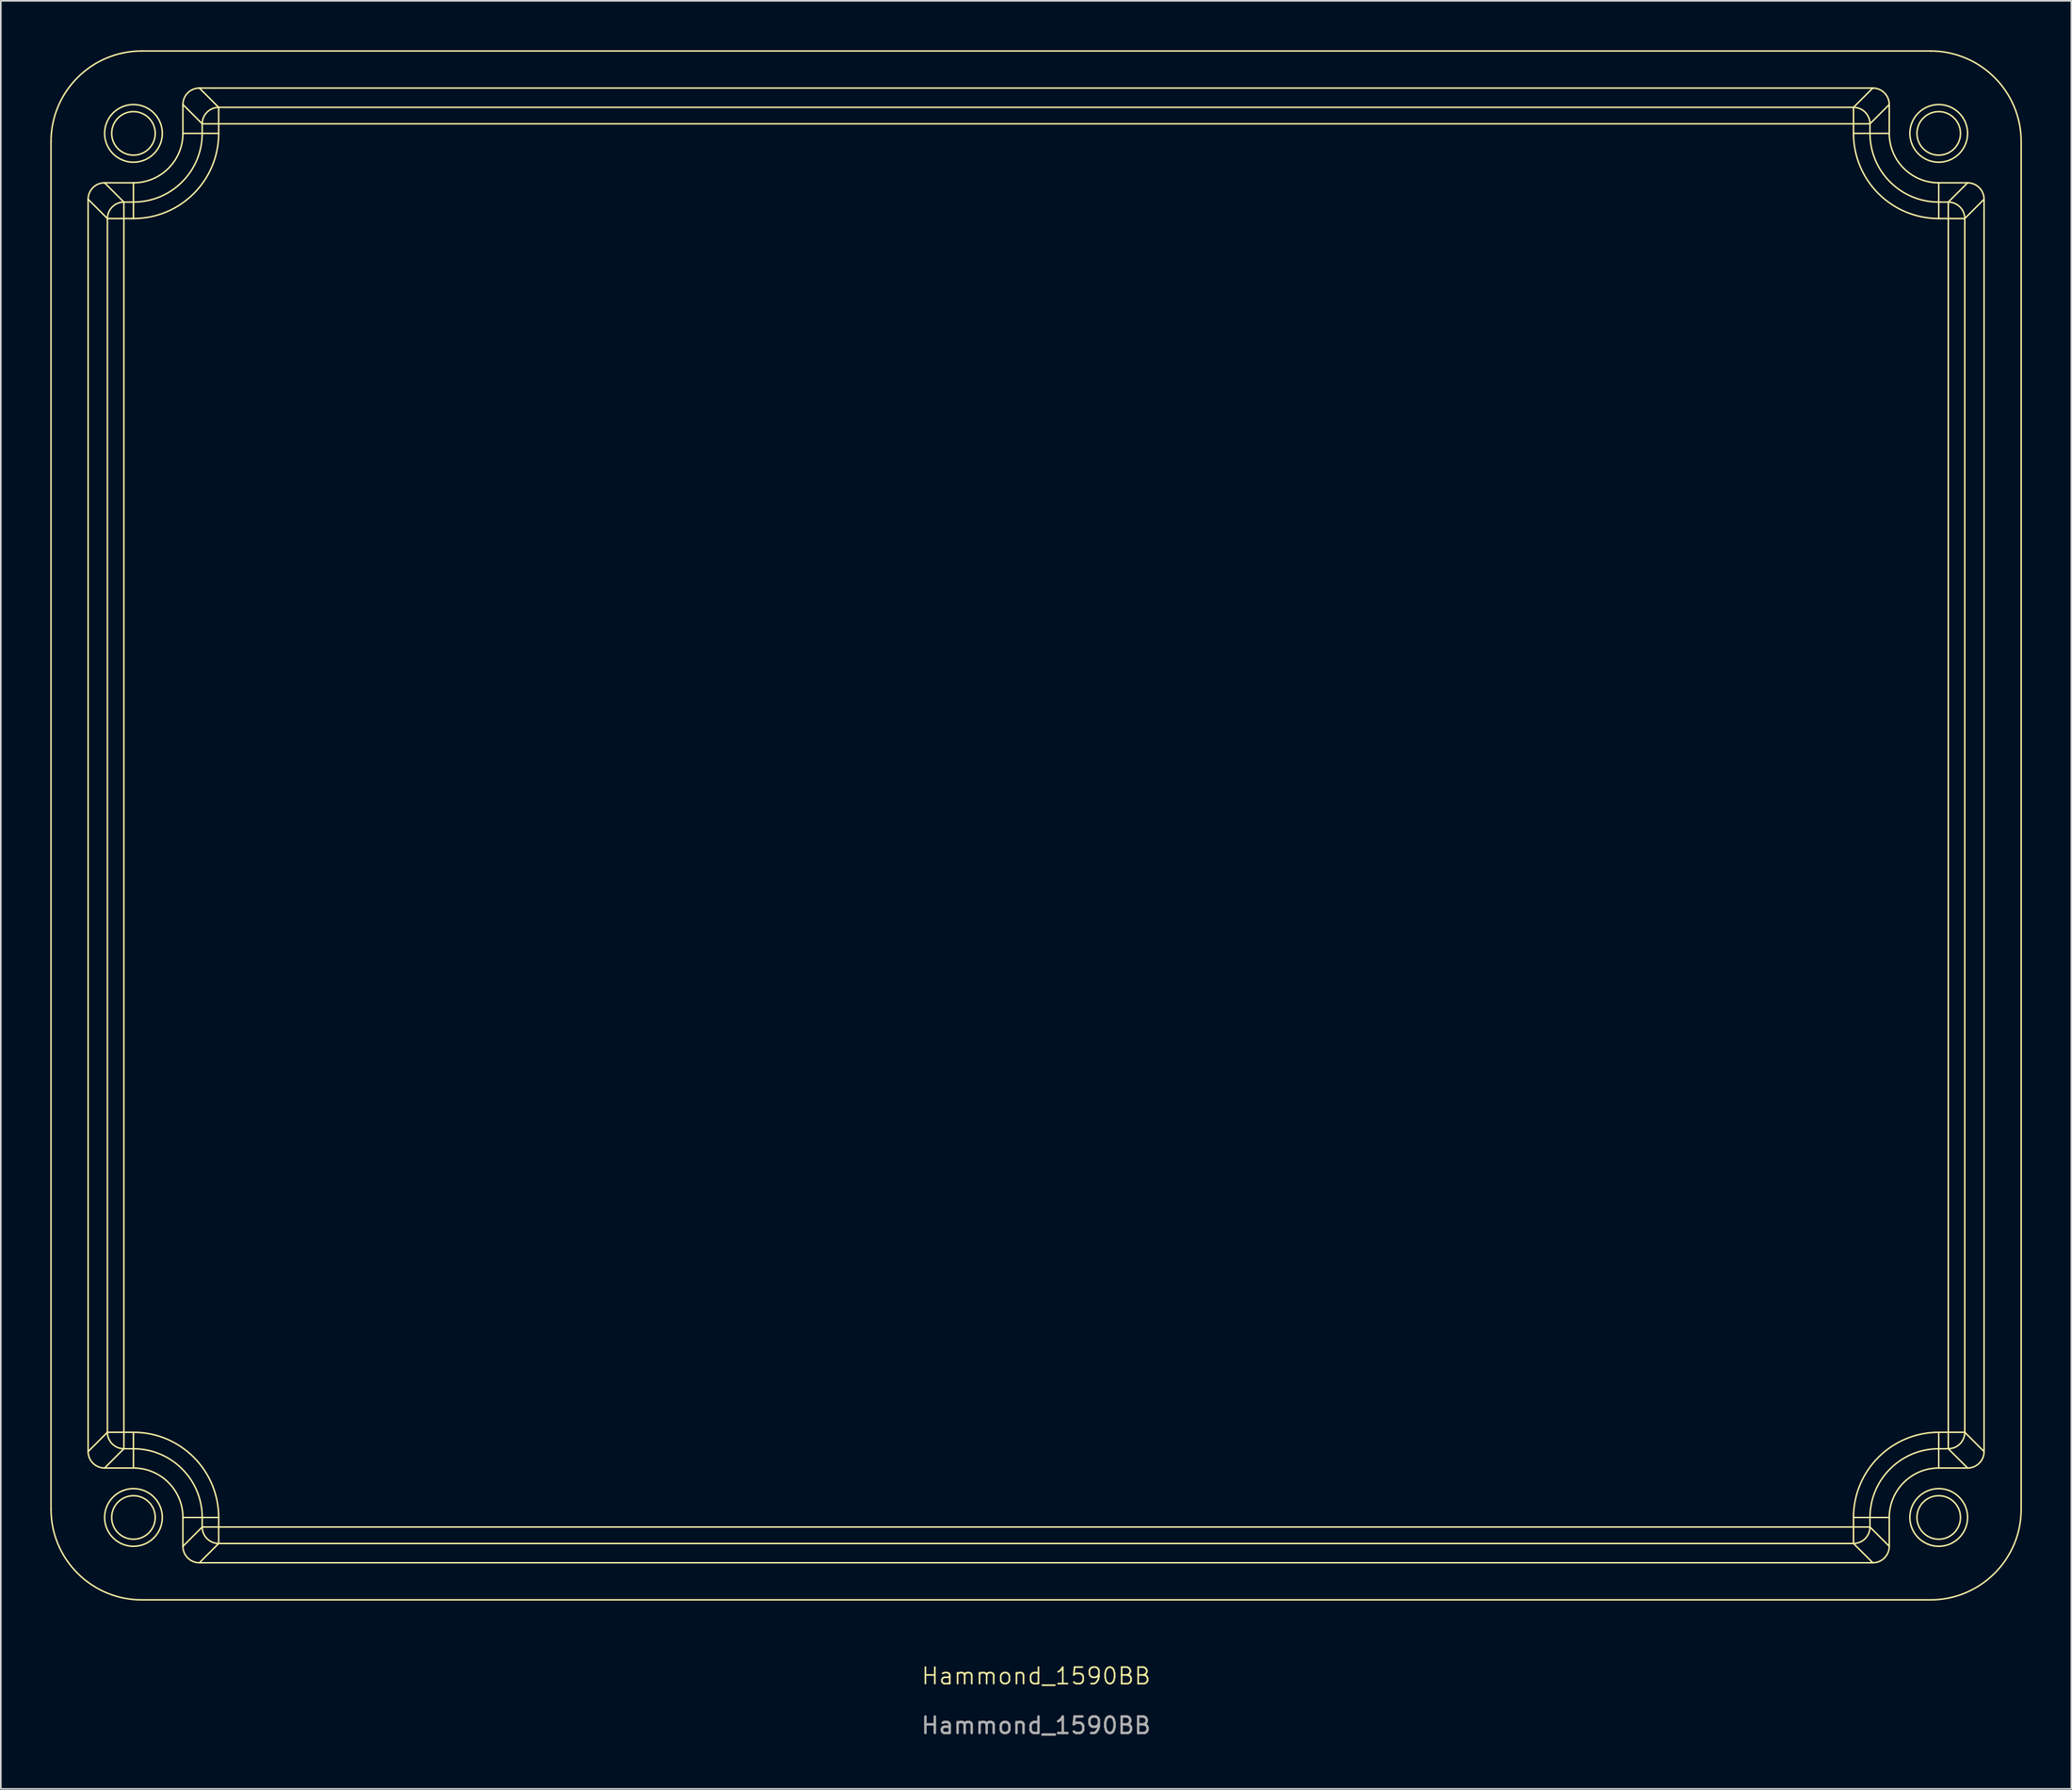
<source format=kicad_pcb>
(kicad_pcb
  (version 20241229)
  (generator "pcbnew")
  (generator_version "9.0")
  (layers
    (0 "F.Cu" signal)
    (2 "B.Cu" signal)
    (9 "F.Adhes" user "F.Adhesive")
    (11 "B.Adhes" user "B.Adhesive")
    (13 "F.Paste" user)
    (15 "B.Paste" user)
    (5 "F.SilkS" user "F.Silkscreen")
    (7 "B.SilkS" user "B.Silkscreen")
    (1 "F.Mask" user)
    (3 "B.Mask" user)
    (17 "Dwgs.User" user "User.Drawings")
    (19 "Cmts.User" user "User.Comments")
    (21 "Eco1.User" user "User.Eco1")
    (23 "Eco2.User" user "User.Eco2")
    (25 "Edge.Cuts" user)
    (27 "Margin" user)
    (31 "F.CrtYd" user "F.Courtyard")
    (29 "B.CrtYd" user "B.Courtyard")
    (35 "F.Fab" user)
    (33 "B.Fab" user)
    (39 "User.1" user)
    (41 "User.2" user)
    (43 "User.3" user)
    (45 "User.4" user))
  (footprint "Hammond_1590BB"
    (layer "F.Cu")
    (at 59.795 47.045)
    (property "Reference" "Hammond_1590BB" (at 0 51.625 0) (unlocked yes) (layer "F.SilkS") (effects (font (size 1 1) (thickness 0.1))))
    (fp_line (start -59.75 -41.5) (end -59.75 41.5) (stroke (width 0.09) (type solid)) (layer "F.SilkS"))
    (fp_line (start -57.5 -38.001) (end -56.33 -36.831) (stroke (width 0.09) (type solid)) (layer "F.SilkS"))
    (fp_line (start -57.5 38.001) (end -57.5 -38.001) (stroke (width 0.09) (type solid)) (layer "F.SilkS"))
    (fp_line (start -56.501 -39) (end -54.75 -39) (stroke (width 0.09) (type solid)) (layer "F.SilkS"))
    (fp_line (start -56.501 39) (end -55.331 37.83) (stroke (width 0.09) (type solid)) (layer "F.SilkS"))
    (fp_line (start -56.33 -36.831) (end -56.33 36.831) (stroke (width 0.09) (type solid)) (layer "F.SilkS"))
    (fp_line (start -56.33 -36.831) (end -55.331 -36.831) (stroke (width 0.09) (type solid)) (layer "F.SilkS"))
    (fp_line (start -56.33 36.831) (end -57.5 38.001) (stroke (width 0.09) (type solid)) (layer "F.SilkS"))
    (fp_line (start -55.331 -37.83) (end -56.501 -39) (stroke (width 0.09) (type solid)) (layer "F.SilkS"))
    (fp_line (start -55.331 -36.831) (end -55.331 -37.83) (stroke (width 0.09) (type solid)) (layer "F.SilkS"))
    (fp_line (start -55.331 -36.831) (end -54.75 -36.831) (stroke (width 0.09) (type solid)) (layer "F.SilkS"))
    (fp_line (start -55.331 36.831) (end -56.33 36.831) (stroke (width 0.09) (type solid)) (layer "F.SilkS"))
    (fp_line (start -55.331 36.831) (end -55.331 -36.831) (stroke (width 0.09) (type solid)) (layer "F.SilkS"))
    (fp_line (start -55.331 37.83) (end -55.331 36.831) (stroke (width 0.09) (type solid)) (layer "F.SilkS"))
    (fp_line (start -55.331 37.83) (end -54.75 37.83) (stroke (width 0.09) (type solid)) (layer "F.SilkS"))
    (fp_line (start -54.75 -39) (end -54.75 -37.83) (stroke (width 0.09) (type solid)) (layer "F.SilkS"))
    (fp_line (start -54.75 -37.83) (end -55.331 -37.83) (stroke (width 0.09) (type solid)) (layer "F.SilkS"))
    (fp_line (start -54.75 -36.831) (end -54.75 -37.83) (stroke (width 0.09) (type solid)) (layer "F.SilkS"))
    (fp_line (start -54.75 36.831) (end -55.331 36.831) (stroke (width 0.09) (type solid)) (layer "F.SilkS"))
    (fp_line (start -54.75 36.831) (end -54.75 37.83) (stroke (width 0.09) (type solid)) (layer "F.SilkS"))
    (fp_line (start -54.75 39) (end -56.501 39) (stroke (width 0.09) (type solid)) (layer "F.SilkS"))
    (fp_line (start -54.75 39) (end -54.75 37.83) (stroke (width 0.09) (type solid)) (layer "F.SilkS"))
    (fp_line (start -54.25 47) (end 54.25 47) (stroke (width 0.09) (type solid)) (layer "F.SilkS"))
    (fp_line (start -51.75 -43.751) (end -50.58 -42.581) (stroke (width 0.09) (type solid)) (layer "F.SilkS"))
    (fp_line (start -51.75 -42) (end -51.75 -43.751) (stroke (width 0.09) (type solid)) (layer "F.SilkS"))
    (fp_line (start -51.75 -42) (end -50.58 -42) (stroke (width 0.09) (type solid)) (layer "F.SilkS"))
    (fp_line (start -51.75 42) (end -50.58 42) (stroke (width 0.09) (type solid)) (layer "F.SilkS"))
    (fp_line (start -51.75 43.751) (end -51.75 42) (stroke (width 0.09) (type solid)) (layer "F.SilkS"))
    (fp_line (start -50.751 -44.75) (end 50.751 -44.75) (stroke (width 0.09) (type solid)) (layer "F.SilkS"))
    (fp_line (start -50.751 44.75) (end -49.581 43.58) (stroke (width 0.09) (type solid)) (layer "F.SilkS"))
    (fp_line (start -50.58 -42.581) (end -50.58 -42) (stroke (width 0.09) (type solid)) (layer "F.SilkS"))
    (fp_line (start -50.58 -42.581) (end -49.581 -42.581) (stroke (width 0.09) (type solid)) (layer "F.SilkS"))
    (fp_line (start -50.58 42) (end -50.58 42.581) (stroke (width 0.09) (type solid)) (layer "F.SilkS"))
    (fp_line (start -50.58 42.581) (end -51.75 43.751) (stroke (width 0.09) (type solid)) (layer "F.SilkS"))
    (fp_line (start -49.581 -43.58) (end -50.751 -44.75) (stroke (width 0.09) (type solid)) (layer "F.SilkS"))
    (fp_line (start -49.581 -42.581) (end -49.581 -43.58) (stroke (width 0.09) (type solid)) (layer "F.SilkS"))
    (fp_line (start -49.581 -42.581) (end 49.581 -42.581) (stroke (width 0.09) (type solid)) (layer "F.SilkS"))
    (fp_line (start -49.581 -42) (end -50.58 -42) (stroke (width 0.09) (type solid)) (layer "F.SilkS"))
    (fp_line (start -49.581 -42) (end -49.581 -42.581) (stroke (width 0.09) (type solid)) (layer "F.SilkS"))
    (fp_line (start -49.581 42) (end -50.58 42) (stroke (width 0.09) (type solid)) (layer "F.SilkS"))
    (fp_line (start -49.581 42.581) (end -50.58 42.581) (stroke (width 0.09) (type solid)) (layer "F.SilkS"))
    (fp_line (start -49.581 42.581) (end -49.581 42) (stroke (width 0.09) (type solid)) (layer "F.SilkS"))
    (fp_line (start -49.581 43.58) (end -49.581 42.581) (stroke (width 0.09) (type solid)) (layer "F.SilkS"))
    (fp_line (start -49.581 43.58) (end 49.581 43.58) (stroke (width 0.09) (type solid)) (layer "F.SilkS"))
    (fp_line (start 49.581 -43.58) (end -49.581 -43.58) (stroke (width 0.09) (type solid)) (layer "F.SilkS"))
    (fp_line (start 49.581 -43.58) (end 49.581 -42.581) (stroke (width 0.09) (type solid)) (layer "F.SilkS"))
    (fp_line (start 49.581 -42.581) (end 49.581 -42) (stroke (width 0.09) (type solid)) (layer "F.SilkS"))
    (fp_line (start 49.581 -42.581) (end 50.58 -42.581) (stroke (width 0.09) (type solid)) (layer "F.SilkS"))
    (fp_line (start 49.581 42) (end 49.581 42.581) (stroke (width 0.09) (type solid)) (layer "F.SilkS"))
    (fp_line (start 49.581 42.581) (end -49.581 42.581) (stroke (width 0.09) (type solid)) (layer "F.SilkS"))
    (fp_line (start 49.581 42.581) (end 49.581 43.58) (stroke (width 0.09) (type solid)) (layer "F.SilkS"))
    (fp_line (start 49.581 43.58) (end 50.751 44.75) (stroke (width 0.09) (type solid)) (layer "F.SilkS"))
    (fp_line (start 50.58 -42.581) (end 51.75 -43.751) (stroke (width 0.09) (type solid)) (layer "F.SilkS"))
    (fp_line (start 50.58 -42) (end 49.581 -42) (stroke (width 0.09) (type solid)) (layer "F.SilkS"))
    (fp_line (start 50.58 -42) (end 50.58 -42.581) (stroke (width 0.09) (type solid)) (layer "F.SilkS"))
    (fp_line (start 50.58 42) (end 49.581 42) (stroke (width 0.09) (type solid)) (layer "F.SilkS"))
    (fp_line (start 50.58 42.581) (end 49.581 42.581) (stroke (width 0.09) (type solid)) (layer "F.SilkS"))
    (fp_line (start 50.58 42.581) (end 50.58 42) (stroke (width 0.09) (type solid)) (layer "F.SilkS"))
    (fp_line (start 50.751 -44.75) (end 49.581 -43.58) (stroke (width 0.09) (type solid)) (layer "F.SilkS"))
    (fp_line (start 50.751 44.75) (end -50.751 44.75) (stroke (width 0.09) (type solid)) (layer "F.SilkS"))
    (fp_line (start 51.75 -43.751) (end 51.75 -42) (stroke (width 0.09) (type solid)) (layer "F.SilkS"))
    (fp_line (start 51.75 -42) (end 50.58 -42) (stroke (width 0.09) (type solid)) (layer "F.SilkS"))
    (fp_line (start 51.75 42) (end 50.58 42) (stroke (width 0.09) (type solid)) (layer "F.SilkS"))
    (fp_line (start 51.75 42) (end 51.75 43.751) (stroke (width 0.09) (type solid)) (layer "F.SilkS"))
    (fp_line (start 51.75 43.751) (end 50.58 42.581) (stroke (width 0.09) (type solid)) (layer "F.SilkS"))
    (fp_line (start 54.25 -47) (end -54.25 -47) (stroke (width 0.09) (type solid)) (layer "F.SilkS"))
    (fp_line (start 54.75 -39) (end 54.75 -37.83) (stroke (width 0.09) (type solid)) (layer "F.SilkS"))
    (fp_line (start 54.75 -39) (end 56.501 -39) (stroke (width 0.09) (type solid)) (layer "F.SilkS"))
    (fp_line (start 54.75 -37.83) (end 54.75 -36.831) (stroke (width 0.09) (type solid)) (layer "F.SilkS"))
    (fp_line (start 54.75 -36.831) (end 55.331 -36.831) (stroke (width 0.09) (type solid)) (layer "F.SilkS"))
    (fp_line (start 54.75 37.83) (end 54.75 36.831) (stroke (width 0.09) (type solid)) (layer "F.SilkS"))
    (fp_line (start 54.75 37.83) (end 55.331 37.83) (stroke (width 0.09) (type solid)) (layer "F.SilkS"))
    (fp_line (start 54.75 39) (end 54.75 37.83) (stroke (width 0.09) (type solid)) (layer "F.SilkS"))
    (fp_line (start 55.331 -37.83) (end 54.75 -37.83) (stroke (width 0.09) (type solid)) (layer "F.SilkS"))
    (fp_line (start 55.331 -37.83) (end 55.331 -36.831) (stroke (width 0.09) (type solid)) (layer "F.SilkS"))
    (fp_line (start 55.331 -36.831) (end 55.331 36.831) (stroke (width 0.09) (type solid)) (layer "F.SilkS"))
    (fp_line (start 55.331 -36.831) (end 56.33 -36.831) (stroke (width 0.09) (type solid)) (layer "F.SilkS"))
    (fp_line (start 55.331 36.831) (end 54.75 36.831) (stroke (width 0.09) (type solid)) (layer "F.SilkS"))
    (fp_line (start 55.331 36.831) (end 55.331 37.83) (stroke (width 0.09) (type solid)) (layer "F.SilkS"))
    (fp_line (start 55.331 37.83) (end 56.501 39) (stroke (width 0.09) (type solid)) (layer "F.SilkS"))
    (fp_line (start 56.33 -36.831) (end 57.5 -38.001) (stroke (width 0.09) (type solid)) (layer "F.SilkS"))
    (fp_line (start 56.33 36.831) (end 55.331 36.831) (stroke (width 0.09) (type solid)) (layer "F.SilkS"))
    (fp_line (start 56.33 36.831) (end 56.33 -36.831) (stroke (width 0.09) (type solid)) (layer "F.SilkS"))
    (fp_line (start 56.501 -39) (end 55.331 -37.83) (stroke (width 0.09) (type solid)) (layer "F.SilkS"))
    (fp_line (start 56.501 39) (end 54.75 39) (stroke (width 0.09) (type solid)) (layer "F.SilkS"))
    (fp_line (start 57.5 -38.001) (end 57.5 38.001) (stroke (width 0.09) (type solid)) (layer "F.SilkS"))
    (fp_line (start 57.5 38.001) (end 56.33 36.831) (stroke (width 0.09) (type solid)) (layer "F.SilkS"))
    (fp_line (start 59.75 41.5) (end 59.75 -41.5) (stroke (width 0.09) (type solid)) (layer "F.SilkS"))
    (fp_arc (start -59.75 -41.5) (mid -58.139076 -45.389076) (end -54.25 -47) (stroke (width 0.09) (type solid)) (layer "F.SilkS"))
    (fp_arc (start -54.75 36.831117) (mid -51.095044 38.345044) (end -49.581117 42) (stroke (width 0.09) (type solid)) (layer "F.SilkS"))
    (fp_arc (start -54.75 37.830166) (mid -51.801479 39.051479) (end -50.580166 42) (stroke (width 0.09) (type solid)) (layer "F.SilkS"))
    (fp_arc (start -54.75 39) (mid -52.628676 39.878676) (end -51.75 42) (stroke (width 0.09) (type solid)) (layer "F.SilkS"))
    (fp_arc (start -54.25 47) (mid -58.139083 45.389083) (end -59.75 41.5) (stroke (width 0.09) (type solid)) (layer "F.SilkS"))
    (fp_arc (start -51.75 -42) (mid -52.628678 -39.878678) (end -54.75 -39) (stroke (width 0.09) (type solid)) (layer "F.SilkS"))
    (fp_arc (start -50.580166 -42) (mid -51.80148 -39.05148) (end -54.75 -37.830165) (stroke (width 0.09) (type solid)) (layer "F.SilkS"))
    (fp_arc (start -49.581117 -42) (mid -51.095046 -38.345046) (end -54.75 -36.831117) (stroke (width 0.09) (type solid)) (layer "F.SilkS"))
    (fp_arc (start 49.581117 42) (mid 51.095058 38.34506) (end 54.75 36.831117) (stroke (width 0.09) (type solid)) (layer "F.SilkS"))
    (fp_arc (start 50.580165 42) (mid 51.801487 39.051491) (end 54.75 37.830166) (stroke (width 0.09) (type solid)) (layer "F.SilkS"))
    (fp_arc (start 51.75 42) (mid 52.628685 39.878689) (end 54.75 39) (stroke (width 0.09) (type solid)) (layer "F.SilkS"))
    (fp_arc (start 54.25 -47) (mid 58.139097 -45.389099) (end 59.75 -41.5) (stroke (width 0.09) (type solid)) (layer "F.SilkS"))
    (fp_arc (start 54.75 -39) (mid 52.62865 -39.878674) (end 51.75 -42) (stroke (width 0.09) (type solid)) (layer "F.SilkS"))
    (fp_arc (start 54.75 -37.830165) (mid 51.801451 -39.051476) (end 50.580165 -42) (stroke (width 0.09) (type solid)) (layer "F.SilkS"))
    (fp_arc (start 54.75 -36.831117) (mid 51.095058 -38.345059) (end 49.581117 -42) (stroke (width 0.09) (type solid)) (layer "F.SilkS"))
    (fp_arc (start 59.75 41.5) (mid 58.139098 45.389099) (end 54.25 47) (stroke (width 0.09) (type solid)) (layer "F.SilkS"))
    (fp_circle (center -54.75 -42) (end -56.5 -42) (stroke (width 0.09) (type solid)) (fill no) (layer "F.SilkS"))
    (fp_circle (center -54.75 -42) (end -56.071 -42) (stroke (width 0.09) (type solid)) (fill no) (layer "F.SilkS"))
    (fp_circle (center -54.75 42) (end -56.5 42) (stroke (width 0.09) (type solid)) (fill no) (layer "F.SilkS"))
    (fp_circle (center -54.75 42) (end -56.071 42) (stroke (width 0.09) (type solid)) (fill no) (layer "F.SilkS"))
    (fp_circle (center 54.75 -42) (end 53 -42) (stroke (width 0.09) (type solid)) (fill no) (layer "F.SilkS"))
    (fp_circle (center 54.75 -42) (end 53.429 -42) (stroke (width 0.09) (type solid)) (fill no) (layer "F.SilkS"))
    (fp_circle (center 54.75 42) (end 53 42) (stroke (width 0.09) (type solid)) (fill no) (layer "F.SilkS"))
    (fp_circle (center 54.75 42) (end 53.429 42) (stroke (width 0.09) (type solid)) (fill no) (layer "F.SilkS"))
    (fp_curve (pts (xy -57.5 38.001) (xy -57.5 38.553) (xy -57.053 39) (xy -56.501 39)) (stroke (width 0.09) (type solid)) (layer "F.SilkS"))
    (fp_curve (pts (xy -56.501 -39) (xy -57.053 -39) (xy -57.5 -38.553) (xy -57.5 -38.001)) (stroke (width 0.09) (type solid)) (layer "F.SilkS"))
    (fp_curve (pts (xy -56.33 36.831) (xy -56.329 37.382) (xy -55.882 37.829) (xy -55.331 37.83)) (stroke (width 0.09) (type solid)) (layer "F.SilkS"))
    (fp_curve (pts (xy -55.331 -37.83) (xy -55.882 -37.829) (xy -56.329 -37.382) (xy -56.33 -36.831)) (stroke (width 0.09) (type solid)) (layer "F.SilkS"))
    (fp_curve (pts (xy -51.75 43.751) (xy -51.75 44.303) (xy -51.303 44.75) (xy -50.751 44.75)) (stroke (width 0.09) (type solid)) (layer "F.SilkS"))
    (fp_curve (pts (xy -50.751 -44.75) (xy -51.303 -44.75) (xy -51.75 -44.303) (xy -51.75 -43.751)) (stroke (width 0.09) (type solid)) (layer "F.SilkS"))
    (fp_curve (pts (xy -50.58 42.581) (xy -50.579 43.132) (xy -50.132 43.579) (xy -49.581 43.58)) (stroke (width 0.09) (type solid)) (layer "F.SilkS"))
    (fp_curve (pts (xy -49.581 -43.58) (xy -50.132 -43.579) (xy -50.579 -43.132) (xy -50.58 -42.581)) (stroke (width 0.09) (type solid)) (layer "F.SilkS"))
    (fp_curve (pts (xy 49.581 43.58) (xy 50.132 43.579) (xy 50.579 43.132) (xy 50.58 42.581)) (stroke (width 0.09) (type solid)) (layer "F.SilkS"))
    (fp_curve (pts (xy 50.58 -42.581) (xy 50.579 -43.132) (xy 50.132 -43.579) (xy 49.581 -43.58)) (stroke (width 0.09) (type solid)) (layer "F.SilkS"))
    (fp_curve (pts (xy 50.751 44.75) (xy 51.303 44.75) (xy 51.75 44.303) (xy 51.75 43.751)) (stroke (width 0.09) (type solid)) (layer "F.SilkS"))
    (fp_curve (pts (xy 51.75 -43.751) (xy 51.75 -44.303) (xy 51.303 -44.75) (xy 50.751 -44.75)) (stroke (width 0.09) (type solid)) (layer "F.SilkS"))
    (fp_curve (pts (xy 55.331 37.83) (xy 55.882 37.829) (xy 56.329 37.382) (xy 56.33 36.831)) (stroke (width 0.09) (type solid)) (layer "F.SilkS"))
    (fp_curve (pts (xy 56.33 -36.831) (xy 56.329 -37.382) (xy 55.882 -37.829) (xy 55.331 -37.83)) (stroke (width 0.09) (type solid)) (layer "F.SilkS"))
    (fp_curve (pts (xy 56.501 39) (xy 57.053 39) (xy 57.5 38.553) (xy 57.5 38.001)) (stroke (width 0.09) (type solid)) (layer "F.SilkS"))
    (fp_curve (pts (xy 57.5 -38.001) (xy 57.5 -38.553) (xy 57.053 -39) (xy 56.501 -39)) (stroke (width 0.09) (type solid)) (layer "F.SilkS"))
    (fp_text user "${REFERENCE}" (at 0 54.625 0) (unlocked yes) (layer "F.Fab") (effects (font (size 1 1) (thickness 0.15)))))
  (gr_rect
    (start -3 -3)
    (end 122.59 105.518)
    (stroke (width 0.1) (type default))
    (fill no)
    (layer "Edge.Cuts")))
</source>
